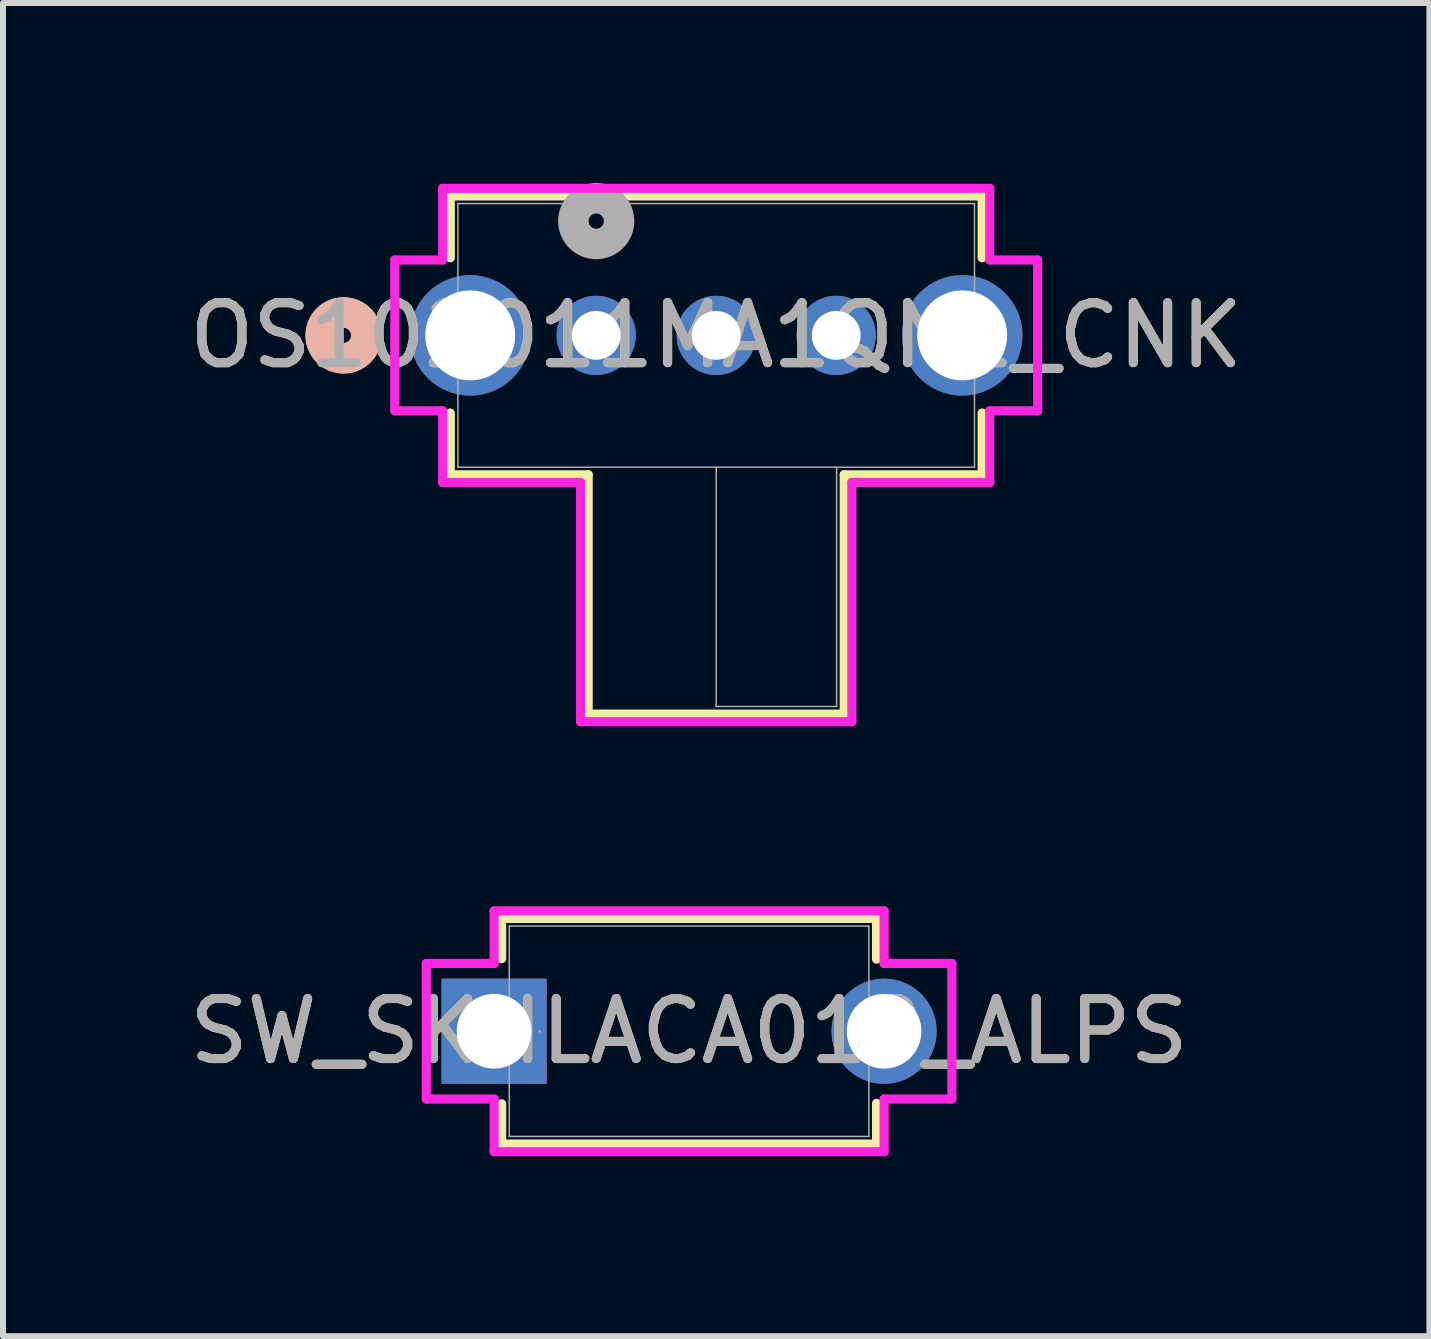
<source format=kicad_pcb>
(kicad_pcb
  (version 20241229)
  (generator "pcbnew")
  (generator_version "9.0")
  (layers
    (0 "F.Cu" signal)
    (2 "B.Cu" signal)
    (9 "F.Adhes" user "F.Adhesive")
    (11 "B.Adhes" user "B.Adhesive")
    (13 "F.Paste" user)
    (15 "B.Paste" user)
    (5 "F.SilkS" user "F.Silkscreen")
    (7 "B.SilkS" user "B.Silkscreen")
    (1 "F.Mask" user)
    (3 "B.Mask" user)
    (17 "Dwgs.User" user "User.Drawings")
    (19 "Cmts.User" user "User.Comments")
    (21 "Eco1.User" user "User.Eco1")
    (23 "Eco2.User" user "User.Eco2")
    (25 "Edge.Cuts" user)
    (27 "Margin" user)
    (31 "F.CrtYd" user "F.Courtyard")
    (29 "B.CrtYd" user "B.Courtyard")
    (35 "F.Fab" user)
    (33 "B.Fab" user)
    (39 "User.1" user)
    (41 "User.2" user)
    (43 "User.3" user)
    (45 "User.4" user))
  (footprint "SW_SKHLACA010_ALPS"
    (layer "F.Cu")
    (at 5.185 14.138)
    (property "Reference" "SW_SKHLACA010_ALPS" (at 3.25 0 0) (unlocked yes) (layer "F.SilkS") (effects (font (size 1 1) (thickness 0.15))))
    (attr through_hole)
    (fp_line (start 0.126 -1.88) (end 0.126 -1.209) (stroke (width 0.152) (type solid)) (layer "F.SilkS"))
    (fp_line (start 0.126 1.209) (end 0.126 1.88) (stroke (width 0.152) (type solid)) (layer "F.SilkS"))
    (fp_line (start 6.374 -1.88) (end 0.126 -1.88) (stroke (width 0.152) (type solid)) (layer "F.SilkS"))
    (fp_line (start 6.374 -1.88) (end 6.374 -1.202) (stroke (width 0.152) (type solid)) (layer "F.SilkS"))
    (fp_line (start 6.374 1.202) (end 6.374 1.88) (stroke (width 0.152) (type solid)) (layer "F.SilkS"))
    (fp_line (start 6.374 1.88) (end 0.126 1.88) (stroke (width 0.152) (type solid)) (layer "F.SilkS"))
    (fp_line (start -1.13 -1.13) (end -1.13 1.13) (stroke (width 0.152) (type solid)) (layer "F.CrtYd"))
    (fp_line (start -1.13 1.13) (end 0 1.13) (stroke (width 0.152) (type solid)) (layer "F.CrtYd"))
    (fp_line (start 0 -2.007) (end 0 -1.13) (stroke (width 0.152) (type solid)) (layer "F.CrtYd"))
    (fp_line (start 0 -1.13) (end -1.13 -1.13) (stroke (width 0.152) (type solid)) (layer "F.CrtYd"))
    (fp_line (start 0 1.13) (end 0 2.007) (stroke (width 0.152) (type solid)) (layer "F.CrtYd"))
    (fp_line (start 0 2.007) (end 6.501 2.007) (stroke (width 0.152) (type solid)) (layer "F.CrtYd"))
    (fp_line (start 6.501 -2.007) (end 0 -2.007) (stroke (width 0.152) (type solid)) (layer "F.CrtYd"))
    (fp_line (start 6.501 -1.13) (end 6.501 -2.007) (stroke (width 0.152) (type solid)) (layer "F.CrtYd"))
    (fp_line (start 6.501 1.13) (end 7.63 1.13) (stroke (width 0.152) (type solid)) (layer "F.CrtYd"))
    (fp_line (start 6.501 2.007) (end 6.501 1.13) (stroke (width 0.152) (type solid)) (layer "F.CrtYd"))
    (fp_line (start 7.63 -1.13) (end 6.501 -1.13) (stroke (width 0.152) (type solid)) (layer "F.CrtYd"))
    (fp_line (start 7.63 1.13) (end 7.63 -1.13) (stroke (width 0.152) (type solid)) (layer "F.CrtYd"))
    (fp_line (start 0.253 -1.753) (end 0.253 1.753) (stroke (width 0.025) (type solid)) (layer "F.Fab"))
    (fp_line (start 6.247 -1.753) (end 0.253 -1.753) (stroke (width 0.025) (type solid)) (layer "F.Fab"))
    (fp_line (start 6.247 -1.753) (end 6.247 1.753) (stroke (width 0.025) (type solid)) (layer "F.Fab"))
    (fp_line (start 6.247 1.753) (end 0.253 1.753) (stroke (width 0.025) (type solid)) (layer "F.Fab"))
    (fp_circle (center 0.761 0) (end 0.761 0) (stroke (width 0.025) (type solid)) (fill no) (layer "F.Fab"))
    (fp_text user "${REFERENCE}" (at 3.25 0 0) (unlocked yes) (layer "F.Fab") (effects (font (size 1 1) (thickness 0.15))))
    (pad "1" thru_hole rect (at 0 0) (size 1.753 1.753) (drill 1.245) (layers "*.Cu" "*.Mask"))
    (pad "2" thru_hole circle (at 6.5 0) (size 1.753 1.753) (drill 1.245) (layers "*.Cu" "*.Mask")))
  (footprint "OS102011MA1QN1_CNK"
    (layer "F.Cu")
    (at 6.887 2.54)
    (property "Reference" "OS102011MA1QN1_CNK" (at 2 0 0) (unlocked yes) (layer "F.SilkS") (effects (font (size 1 1) (thickness 0.15))))
    (attr through_hole)
    (fp_line (start -2.432 -2.324) (end -2.432 -1.294) (stroke (width 0.152) (type solid)) (layer "F.SilkS"))
    (fp_line (start -2.432 1.294) (end -2.432 2.324) (stroke (width 0.152) (type solid)) (layer "F.SilkS"))
    (fp_line (start -2.432 2.324) (end -0.134 2.324) (stroke (width 0.152) (type solid)) (layer "F.SilkS"))
    (fp_line (start -0.134 2.324) (end -0.134 6.312) (stroke (width 0.152) (type solid)) (layer "F.SilkS"))
    (fp_line (start -0.134 6.312) (end 4.134 6.312) (stroke (width 0.152) (type solid)) (layer "F.SilkS"))
    (fp_line (start 4.134 2.324) (end 6.432 2.324) (stroke (width 0.152) (type solid)) (layer "F.SilkS"))
    (fp_line (start 4.134 6.312) (end 4.134 2.324) (stroke (width 0.152) (type solid)) (layer "F.SilkS"))
    (fp_line (start 6.432 -2.324) (end -2.432 -2.324) (stroke (width 0.152) (type solid)) (layer "F.SilkS"))
    (fp_line (start 6.432 -1.294) (end 6.432 -2.324) (stroke (width 0.152) (type solid)) (layer "F.SilkS"))
    (fp_line (start 6.432 2.324) (end 6.432 1.294) (stroke (width 0.152) (type solid)) (layer "F.SilkS"))
    (fp_circle (center -4.21 0) (end -3.829 0) (stroke (width 0.508) (type solid)) (fill no) (layer "F.SilkS"))
    (fp_circle (center -4.21 0) (end -3.829 0) (stroke (width 0.508) (type solid)) (fill no) (layer "B.SilkS"))
    (fp_line (start -3.357 -1.257) (end -3.357 1.257) (stroke (width 0.152) (type solid)) (layer "F.CrtYd"))
    (fp_line (start -3.357 1.257) (end -2.559 1.257) (stroke (width 0.152) (type solid)) (layer "F.CrtYd"))
    (fp_line (start -2.559 -2.451) (end -2.559 -1.257) (stroke (width 0.152) (type solid)) (layer "F.CrtYd"))
    (fp_line (start -2.559 -1.257) (end -3.357 -1.257) (stroke (width 0.152) (type solid)) (layer "F.CrtYd"))
    (fp_line (start -2.559 1.257) (end -2.559 2.451) (stroke (width 0.152) (type solid)) (layer "F.CrtYd"))
    (fp_line (start -2.559 2.451) (end -0.261 2.451) (stroke (width 0.152) (type solid)) (layer "F.CrtYd"))
    (fp_line (start -0.261 2.451) (end -0.261 6.439) (stroke (width 0.152) (type solid)) (layer "F.CrtYd"))
    (fp_line (start -0.261 6.439) (end 4.261 6.439) (stroke (width 0.152) (type solid)) (layer "F.CrtYd"))
    (fp_line (start 4.261 2.451) (end 6.559 2.451) (stroke (width 0.152) (type solid)) (layer "F.CrtYd"))
    (fp_line (start 4.261 6.439) (end 4.261 2.451) (stroke (width 0.152) (type solid)) (layer "F.CrtYd"))
    (fp_line (start 6.559 -2.451) (end -2.559 -2.451) (stroke (width 0.152) (type solid)) (layer "F.CrtYd"))
    (fp_line (start 6.559 -1.257) (end 6.559 -2.451) (stroke (width 0.152) (type solid)) (layer "F.CrtYd"))
    (fp_line (start 6.559 1.257) (end 7.357 1.257) (stroke (width 0.152) (type solid)) (layer "F.CrtYd"))
    (fp_line (start 6.559 2.451) (end 6.559 1.257) (stroke (width 0.152) (type solid)) (layer "F.CrtYd"))
    (fp_line (start 7.357 -1.257) (end 6.559 -1.257) (stroke (width 0.152) (type solid)) (layer "F.CrtYd"))
    (fp_line (start 7.357 1.257) (end 7.357 -1.257) (stroke (width 0.152) (type solid)) (layer "F.CrtYd"))
    (fp_line (start -2.305 -2.197) (end -2.305 2.197) (stroke (width 0.025) (type solid)) (layer "F.Fab"))
    (fp_line (start -2.305 2.197) (end 6.305 2.197) (stroke (width 0.025) (type solid)) (layer "F.Fab"))
    (fp_line (start 2 2.197) (end 2 6.185) (stroke (width 0.025) (type solid)) (layer "F.Fab"))
    (fp_line (start 2 6.185) (end 4.007 6.185) (stroke (width 0.025) (type solid)) (layer "F.Fab"))
    (fp_line (start 4.007 6.185) (end 4.007 2.197) (stroke (width 0.025) (type solid)) (layer "F.Fab"))
    (fp_line (start 6.305 -2.197) (end -2.305 -2.197) (stroke (width 0.025) (type solid)) (layer "F.Fab"))
    (fp_line (start 6.305 2.197) (end 6.305 -2.197) (stroke (width 0.025) (type solid)) (layer "F.Fab"))
    (fp_circle (center 0 -1.905) (end 0.381 -1.905) (stroke (width 0.508) (type solid)) (fill no) (layer "F.Fab"))
    (fp_text user "${REFERENCE}" (at 2 0 0) (unlocked yes) (layer "F.Fab") (effects (font (size 1 1) (thickness 0.15))))
    (pad "1" thru_hole circle (at 0 0) (size 1.321 1.321) (drill 0.813) (layers "*.Cu" "*.Mask"))
    (pad "2" thru_hole circle (at 2 0) (size 1.321 1.321) (drill 0.813) (layers "*.Cu" "*.Mask"))
    (pad "3" thru_hole circle (at 4 0) (size 1.321 1.321) (drill 0.813) (layers "*.Cu" "*.Mask"))
    (pad "4" thru_hole circle (at -2.1 0) (size 2.007 2.007) (drill 1.499) (layers "*.Cu" "*.Mask"))
    (pad "5" thru_hole circle (at 6.1 0) (size 2.007 2.007) (drill 1.499) (layers "*.Cu" "*.Mask")))
  (gr_rect
    (start -3 -3)
    (end 20.774 19.221)
    (stroke (width 0.1) (type default))
    (fill no)
    (layer "Edge.Cuts")))
</source>
